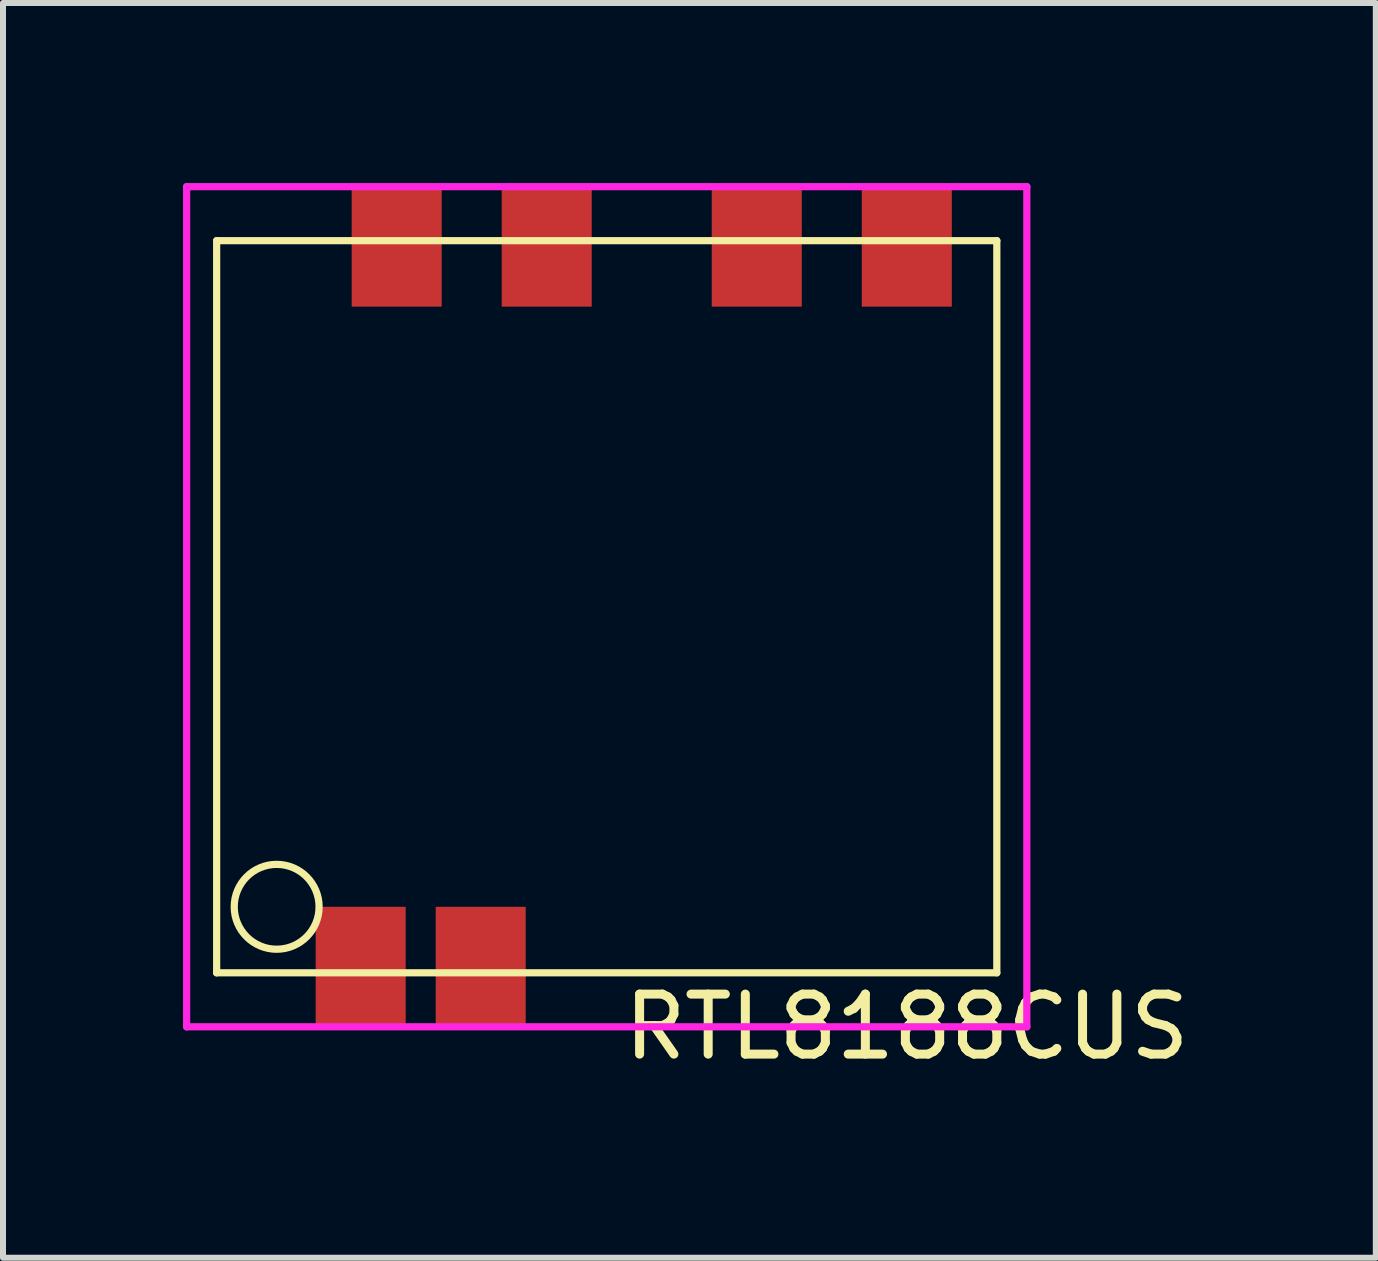
<source format=kicad_pcb>
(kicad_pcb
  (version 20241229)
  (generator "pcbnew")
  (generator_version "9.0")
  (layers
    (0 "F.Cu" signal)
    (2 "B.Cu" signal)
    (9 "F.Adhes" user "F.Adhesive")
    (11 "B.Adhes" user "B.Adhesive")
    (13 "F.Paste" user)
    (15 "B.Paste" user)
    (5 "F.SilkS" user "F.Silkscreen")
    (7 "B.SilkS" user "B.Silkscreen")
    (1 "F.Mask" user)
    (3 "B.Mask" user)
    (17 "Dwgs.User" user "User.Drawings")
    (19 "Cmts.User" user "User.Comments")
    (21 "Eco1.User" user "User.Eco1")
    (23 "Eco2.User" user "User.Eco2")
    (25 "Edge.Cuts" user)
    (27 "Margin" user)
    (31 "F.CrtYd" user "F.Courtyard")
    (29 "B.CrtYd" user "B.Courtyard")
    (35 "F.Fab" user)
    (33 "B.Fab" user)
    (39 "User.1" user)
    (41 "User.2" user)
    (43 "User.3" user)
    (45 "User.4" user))
  (footprint "RTL8188CUS"
    (layer "F.Cu")
    (at 7.06 7.06)
    (property "Reference" "RTL8188CUS" (at 5 7 0) (layer "F.SilkS") (effects (font (size 1 1) (thickness 0.15))))
    (attr through_hole)
    (fp_line (start -6.5 -6.1) (end 6.5 -6.1) (stroke (width 0.12) (type solid)) (layer "F.SilkS"))
    (fp_line (start -6.5 6.1) (end -6.5 -6.1) (stroke (width 0.12) (type solid)) (layer "F.SilkS"))
    (fp_line (start 6.5 -6.1) (end 6.5 6.1) (stroke (width 0.12) (type solid)) (layer "F.SilkS"))
    (fp_line (start 6.5 6.1) (end -6.5 6.1) (stroke (width 0.12) (type solid)) (layer "F.SilkS"))
    (fp_circle (center -5.5 5) (end -5 5.5) (stroke (width 0.12) (type solid)) (fill no) (layer "F.SilkS"))
    (fp_line (start -7 -7) (end 7 -7) (stroke (width 0.12) (type solid)) (layer "F.CrtYd"))
    (fp_line (start -7 7) (end -7 -7) (stroke (width 0.12) (type solid)) (layer "F.CrtYd"))
    (fp_line (start 7 -7) (end 7 7) (stroke (width 0.12) (type solid)) (layer "F.CrtYd"))
    (fp_line (start 7 7) (end -7 7) (stroke (width 0.12) (type solid)) (layer "F.CrtYd"))
    (pad "1" smd rect (at -4.1 6) (size 1.5 2) (layers "F.Cu" "F.Mask" "F.Paste"))
    (pad "2" smd rect (at -2.1 6) (size 1.5 2) (layers "F.Cu" "F.Mask" "F.Paste"))
    (pad "3" smd rect (at 5 -6) (size 1.5 2) (layers "F.Cu" "F.Mask" "F.Paste"))
    (pad "4" smd rect (at 2.5 -6) (size 1.5 2) (layers "F.Cu" "F.Mask" "F.Paste"))
    (pad "5" smd rect (at -1 -6) (size 1.5 2) (layers "F.Cu" "F.Mask" "F.Paste"))
    (pad "6" smd rect (at -3.5 -6) (size 1.5 2) (layers "F.Cu" "F.Mask" "F.Paste")))
  (gr_rect
    (start -3 -3)
    (end 19.875 17.908)
    (stroke (width 0.1) (type default))
    (fill no)
    (layer "Edge.Cuts")))
</source>
